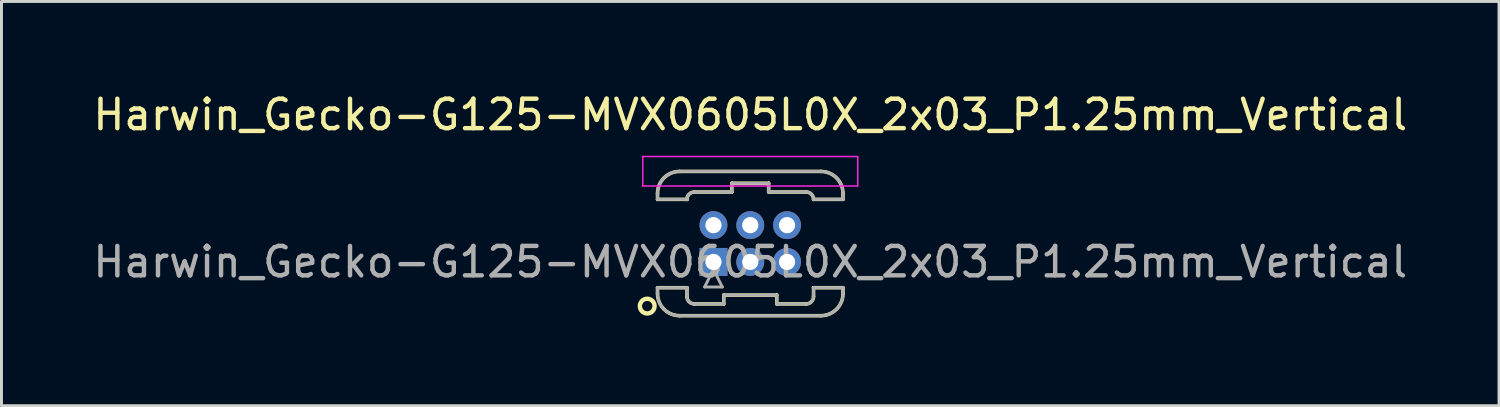
<source format=kicad_pcb>
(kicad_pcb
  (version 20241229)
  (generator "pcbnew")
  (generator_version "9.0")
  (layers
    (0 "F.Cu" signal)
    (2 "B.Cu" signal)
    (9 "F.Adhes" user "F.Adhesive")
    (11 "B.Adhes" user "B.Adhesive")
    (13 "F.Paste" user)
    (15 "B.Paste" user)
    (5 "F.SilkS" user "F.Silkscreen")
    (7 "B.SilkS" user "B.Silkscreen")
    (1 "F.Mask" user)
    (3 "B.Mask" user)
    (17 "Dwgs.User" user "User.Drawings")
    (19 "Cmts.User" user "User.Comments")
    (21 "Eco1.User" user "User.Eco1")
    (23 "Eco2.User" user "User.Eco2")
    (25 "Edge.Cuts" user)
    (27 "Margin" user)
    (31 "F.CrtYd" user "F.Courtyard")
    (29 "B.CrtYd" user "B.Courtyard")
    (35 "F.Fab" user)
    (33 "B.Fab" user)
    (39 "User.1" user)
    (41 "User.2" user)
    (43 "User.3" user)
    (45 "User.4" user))
  (footprint "Harwin_Gecko-G125-MVX0605L0X_2x03_P1.25mm_Vertical"
    (layer "F.Cu")
    (at 21.185 5.848)
    (property "Reference" "Harwin_Gecko-G125-MVX0605L0X_2x03_P1.25mm_Vertical" (at 1.25 -5 0) (layer "F.SilkS") (effects (font (size 1 1) (thickness 0.15))))
    (attr through_hole)
    (fp_line (start -1.9 -2.325) (end -1.9 -2.125) (stroke (width 0.12) (type solid)) (layer "F.SilkS"))
    (fp_line (start -1.9 -2.125) (end -0.9 -2.125) (stroke (width 0.12) (type solid)) (layer "F.SilkS"))
    (fp_line (start -1.9 0.875) (end -0.9 0.875) (stroke (width 0.12) (type solid)) (layer "F.SilkS"))
    (fp_line (start -1.9 1.075) (end -1.9 0.875) (stroke (width 0.12) (type solid)) (layer "F.SilkS"))
    (fp_line (start -1.15 -3.075) (end 3.65 -3.075) (stroke (width 0.12) (type solid)) (layer "F.SilkS"))
    (fp_line (start -1.15 1.825) (end 3.65 1.825) (stroke (width 0.12) (type solid)) (layer "F.SilkS"))
    (fp_line (start -0.9 -2.125) (end -0.9 -2.125) (stroke (width 0.12) (type solid)) (layer "F.SilkS"))
    (fp_line (start -0.9 0.875) (end -0.9 0.875) (stroke (width 0.12) (type solid)) (layer "F.SilkS"))
    (fp_line (start -0.9 1.175) (end -0.9 0.875) (stroke (width 0.12) (type solid)) (layer "F.SilkS"))
    (fp_line (start -0.65 -2.375) (end 0.625 -2.375) (stroke (width 0.12) (type solid)) (layer "F.SilkS"))
    (fp_line (start -0.65 1.425) (end 0.35 1.425) (stroke (width 0.12) (type solid)) (layer "F.SilkS"))
    (fp_line (start 0.35 1.125) (end 2.15 1.125) (stroke (width 0.12) (type solid)) (layer "F.SilkS"))
    (fp_line (start 0.35 1.425) (end 0.35 1.125) (stroke (width 0.12) (type solid)) (layer "F.SilkS"))
    (fp_line (start 0.625 -2.675) (end 1.875 -2.675) (stroke (width 0.12) (type solid)) (layer "F.SilkS"))
    (fp_line (start 0.625 -2.375) (end 0.625 -2.675) (stroke (width 0.12) (type solid)) (layer "F.SilkS"))
    (fp_line (start 1.875 -2.675) (end 1.875 -2.375) (stroke (width 0.12) (type solid)) (layer "F.SilkS"))
    (fp_line (start 1.875 -2.375) (end 3.15 -2.375) (stroke (width 0.12) (type solid)) (layer "F.SilkS"))
    (fp_line (start 2.15 1.125) (end 2.15 1.425) (stroke (width 0.12) (type solid)) (layer "F.SilkS"))
    (fp_line (start 2.15 1.425) (end 3.15 1.425) (stroke (width 0.12) (type solid)) (layer "F.SilkS"))
    (fp_line (start 3.4 -2.125) (end 3.4 -2.125) (stroke (width 0.12) (type solid)) (layer "F.SilkS"))
    (fp_line (start 3.4 0.875) (end 3.4 0.875) (stroke (width 0.12) (type solid)) (layer "F.SilkS"))
    (fp_line (start 3.4 1.175) (end 3.4 0.875) (stroke (width 0.12) (type solid)) (layer "F.SilkS"))
    (fp_line (start 4.4 -2.325) (end 4.4 -2.125) (stroke (width 0.12) (type solid)) (layer "F.SilkS"))
    (fp_line (start 4.4 -2.125) (end 3.4 -2.125) (stroke (width 0.12) (type solid)) (layer "F.SilkS"))
    (fp_line (start 4.4 0.875) (end 3.4 0.875) (stroke (width 0.12) (type solid)) (layer "F.SilkS"))
    (fp_line (start 4.4 1.075) (end 4.4 0.875) (stroke (width 0.12) (type solid)) (layer "F.SilkS"))
    (fp_arc (start -1.9 -2.325) (mid -1.68033 -2.85533) (end -1.15 -3.075) (stroke (width 0.12) (type solid)) (layer "F.SilkS"))
    (fp_arc (start -1.15 1.825) (mid -1.68033 1.60533) (end -1.9 1.075) (stroke (width 0.12) (type solid)) (layer "F.SilkS"))
    (fp_arc (start -0.9 -2.125) (mid -0.826777 -2.301777) (end -0.65 -2.375) (stroke (width 0.12) (type solid)) (layer "F.SilkS"))
    (fp_arc (start -0.65 1.425) (mid -0.826777 1.351777) (end -0.9 1.175) (stroke (width 0.12) (type solid)) (layer "F.SilkS"))
    (fp_arc (start 3.15 -2.375) (mid 3.326777 -2.301777) (end 3.4 -2.125) (stroke (width 0.12) (type solid)) (layer "F.SilkS"))
    (fp_arc (start 3.4 1.175) (mid 3.326777 1.351777) (end 3.15 1.425) (stroke (width 0.12) (type solid)) (layer "F.SilkS"))
    (fp_arc (start 3.65 -3.075) (mid 4.18033 -2.85533) (end 4.4 -2.325) (stroke (width 0.12) (type solid)) (layer "F.SilkS"))
    (fp_arc (start 4.4 1.075) (mid 4.18033 1.60533) (end 3.65 1.825) (stroke (width 0.12) (type solid)) (layer "F.SilkS"))
    (fp_circle (center -2.25 1.5) (end -2 1.5) (stroke (width 0.15) (type solid)) (fill no) (layer "F.SilkS"))
    (fp_line (start -2.4 -3.58) (end -2.4 -2.58) (stroke (width 0.05) (type solid)) (layer "F.CrtYd"))
    (fp_line (start -2.4 -2.58) (end 4.9 -2.58) (stroke (width 0.05) (type solid)) (layer "F.CrtYd"))
    (fp_line (start 4.9 -3.58) (end -2.4 -3.58) (stroke (width 0.05) (type solid)) (layer "F.CrtYd"))
    (fp_line (start 4.9 -2.58) (end 4.9 -3.58) (stroke (width 0.05) (type solid)) (layer "F.CrtYd"))
    (fp_line (start -1.9 -2.325) (end -1.9 -2.125) (stroke (width 0.1) (type solid)) (layer "F.Fab"))
    (fp_line (start -1.9 -2.125) (end -0.9 -2.125) (stroke (width 0.1) (type solid)) (layer "F.Fab"))
    (fp_line (start -1.9 0.875) (end -0.9 0.875) (stroke (width 0.1) (type solid)) (layer "F.Fab"))
    (fp_line (start -1.9 1.075) (end -1.9 0.875) (stroke (width 0.1) (type solid)) (layer "F.Fab"))
    (fp_line (start -1.15 -3.075) (end 3.65 -3.075) (stroke (width 0.1) (type solid)) (layer "F.Fab"))
    (fp_line (start -1.15 1.825) (end 3.65 1.825) (stroke (width 0.1) (type solid)) (layer "F.Fab"))
    (fp_line (start -0.9 -2.125) (end -0.9 -2.125) (stroke (width 0.1) (type solid)) (layer "F.Fab"))
    (fp_line (start -0.9 0.875) (end -0.9 0.875) (stroke (width 0.1) (type solid)) (layer "F.Fab"))
    (fp_line (start -0.9 1.175) (end -0.9 0.875) (stroke (width 0.1) (type solid)) (layer "F.Fab"))
    (fp_line (start -0.65 -2.375) (end 0.625 -2.375) (stroke (width 0.1) (type solid)) (layer "F.Fab"))
    (fp_line (start -0.65 1.425) (end 0.35 1.425) (stroke (width 0.1) (type solid)) (layer "F.Fab"))
    (fp_line (start -0.3 0.85) (end 0.3 0.85) (stroke (width 0.1) (type solid)) (layer "F.Fab"))
    (fp_line (start 0 0.25) (end -0.3 0.85) (stroke (width 0.1) (type solid)) (layer "F.Fab"))
    (fp_line (start 0.3 0.85) (end 0 0.25) (stroke (width 0.1) (type solid)) (layer "F.Fab"))
    (fp_line (start 0.35 1.125) (end 2.15 1.125) (stroke (width 0.1) (type solid)) (layer "F.Fab"))
    (fp_line (start 0.35 1.425) (end 0.35 1.125) (stroke (width 0.1) (type solid)) (layer "F.Fab"))
    (fp_line (start 0.625 -2.675) (end 1.875 -2.675) (stroke (width 0.1) (type solid)) (layer "F.Fab"))
    (fp_line (start 0.625 -2.375) (end 0.625 -2.675) (stroke (width 0.1) (type solid)) (layer "F.Fab"))
    (fp_line (start 1.875 -2.675) (end 1.875 -2.375) (stroke (width 0.1) (type solid)) (layer "F.Fab"))
    (fp_line (start 1.875 -2.375) (end 3.15 -2.375) (stroke (width 0.1) (type solid)) (layer "F.Fab"))
    (fp_line (start 2.15 1.125) (end 2.15 1.425) (stroke (width 0.1) (type solid)) (layer "F.Fab"))
    (fp_line (start 2.15 1.425) (end 3.15 1.425) (stroke (width 0.1) (type solid)) (layer "F.Fab"))
    (fp_line (start 3.4 -2.125) (end 3.4 -2.125) (stroke (width 0.1) (type solid)) (layer "F.Fab"))
    (fp_line (start 3.4 0.875) (end 3.4 0.875) (stroke (width 0.1) (type solid)) (layer "F.Fab"))
    (fp_line (start 3.4 1.175) (end 3.4 0.875) (stroke (width 0.1) (type solid)) (layer "F.Fab"))
    (fp_line (start 4.4 -2.325) (end 4.4 -2.125) (stroke (width 0.1) (type solid)) (layer "F.Fab"))
    (fp_line (start 4.4 -2.125) (end 3.4 -2.125) (stroke (width 0.1) (type solid)) (layer "F.Fab"))
    (fp_line (start 4.4 0.875) (end 3.4 0.875) (stroke (width 0.1) (type solid)) (layer "F.Fab"))
    (fp_line (start 4.4 1.075) (end 4.4 0.875) (stroke (width 0.1) (type solid)) (layer "F.Fab"))
    (fp_arc (start -1.9 -2.325) (mid -1.68033 -2.85533) (end -1.15 -3.075) (stroke (width 0.1) (type solid)) (layer "F.Fab"))
    (fp_arc (start -1.15 1.825) (mid -1.68033 1.60533) (end -1.9 1.075) (stroke (width 0.1) (type solid)) (layer "F.Fab"))
    (fp_arc (start -0.9 -2.125) (mid -0.826777 -2.301777) (end -0.65 -2.375) (stroke (width 0.1) (type solid)) (layer "F.Fab"))
    (fp_arc (start -0.65 1.425) (mid -0.826777 1.351777) (end -0.9 1.175) (stroke (width 0.1) (type solid)) (layer "F.Fab"))
    (fp_arc (start 3.15 -2.375) (mid 3.326777 -2.301777) (end 3.4 -2.125) (stroke (width 0.1) (type solid)) (layer "F.Fab"))
    (fp_arc (start 3.4 1.175) (mid 3.326777 1.351777) (end 3.15 1.425) (stroke (width 0.1) (type solid)) (layer "F.Fab"))
    (fp_arc (start 3.65 -3.075) (mid 4.18033 -2.85533) (end 4.4 -2.325) (stroke (width 0.1) (type solid)) (layer "F.Fab"))
    (fp_arc (start 4.4 1.075) (mid 4.18033 1.60533) (end 3.65 1.825) (stroke (width 0.1) (type solid)) (layer "F.Fab"))
    (fp_text user "${REFERENCE}" (at 1.25 0 0) (layer "F.Fab") (effects (font (size 1 1) (thickness 0.15))))
    (pad "1" thru_hole rect (at 0 0) (size 0.95 0.95) (drill 0.55) (layers "*.Cu" "*.Mask"))
    (pad "2" thru_hole circle (at 1.25 0) (size 0.95 0.95) (drill 0.55) (layers "*.Cu" "*.Mask"))
    (pad "3" thru_hole circle (at 2.5 0) (size 0.95 0.95) (drill 0.55) (layers "*.Cu" "*.Mask"))
    (pad "4" thru_hole circle (at 0 -1.25) (size 0.95 0.95) (drill 0.55) (layers "*.Cu" "*.Mask"))
    (pad "5" thru_hole circle (at 1.25 -1.25) (size 0.95 0.95) (drill 0.55) (layers "*.Cu" "*.Mask"))
    (pad "6" thru_hole circle (at 2.5 -1.25) (size 0.95 0.95) (drill 0.55) (layers "*.Cu" "*.Mask")))
  (gr_rect
    (start -3 -3)
    (end 47.869 10.733)
    (stroke (width 0.1) (type default))
    (fill no)
    (layer "Edge.Cuts")))
</source>
